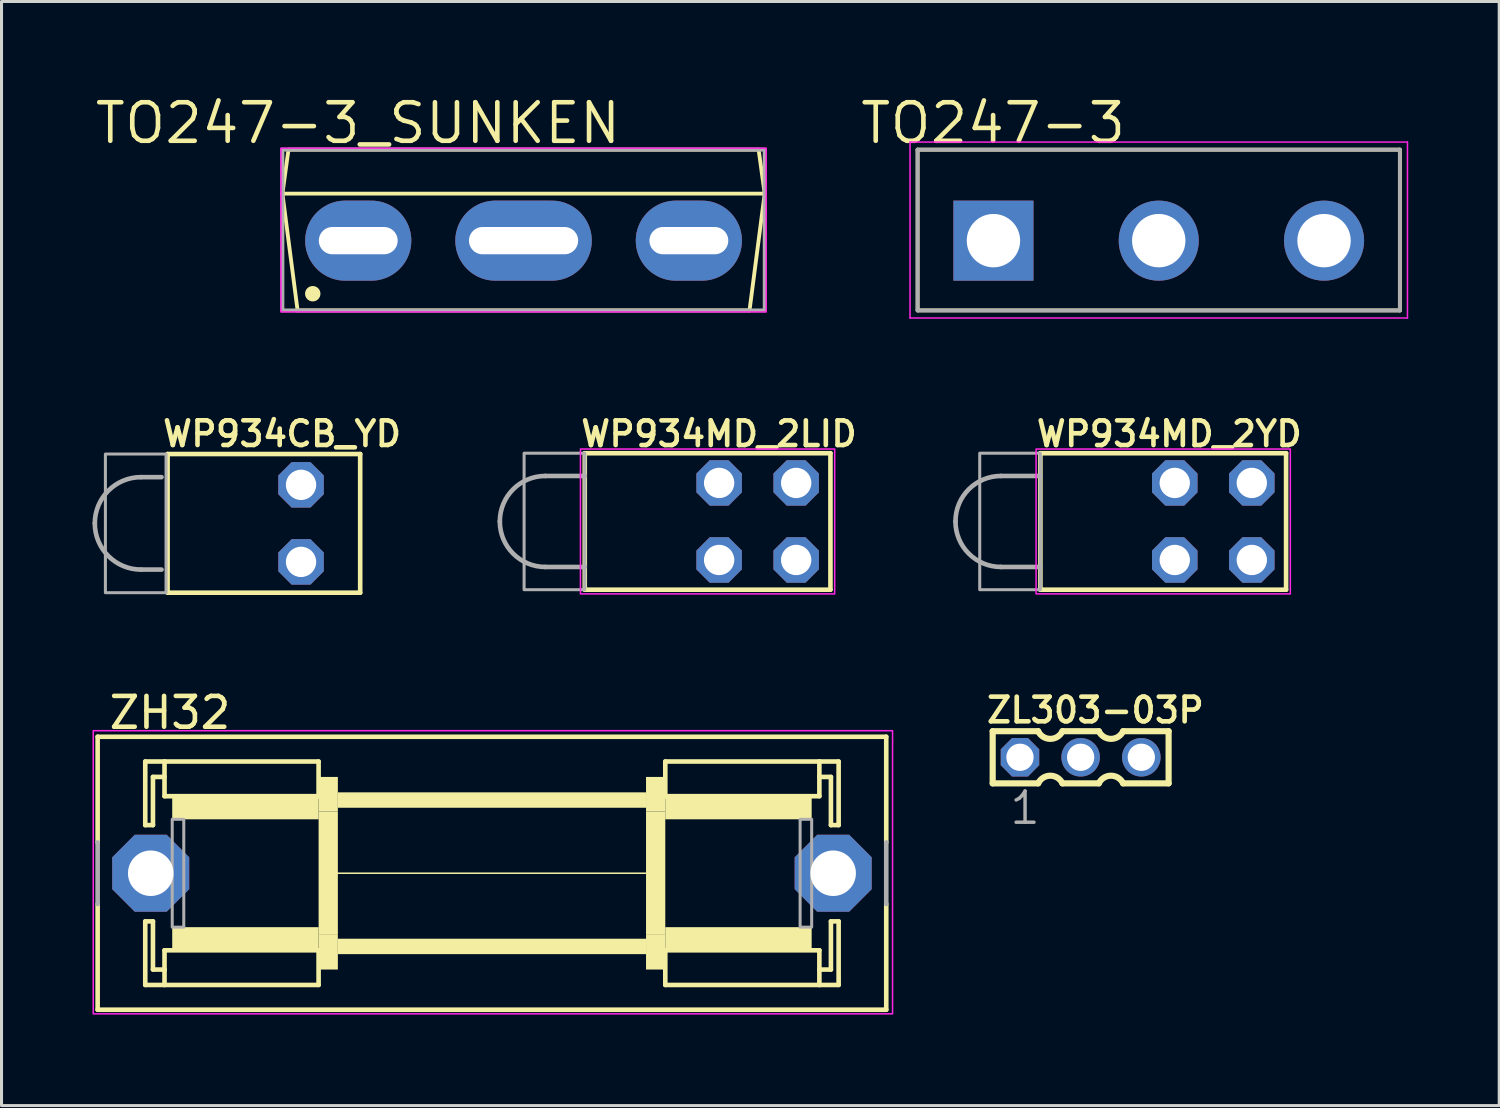
<source format=kicad_pcb>
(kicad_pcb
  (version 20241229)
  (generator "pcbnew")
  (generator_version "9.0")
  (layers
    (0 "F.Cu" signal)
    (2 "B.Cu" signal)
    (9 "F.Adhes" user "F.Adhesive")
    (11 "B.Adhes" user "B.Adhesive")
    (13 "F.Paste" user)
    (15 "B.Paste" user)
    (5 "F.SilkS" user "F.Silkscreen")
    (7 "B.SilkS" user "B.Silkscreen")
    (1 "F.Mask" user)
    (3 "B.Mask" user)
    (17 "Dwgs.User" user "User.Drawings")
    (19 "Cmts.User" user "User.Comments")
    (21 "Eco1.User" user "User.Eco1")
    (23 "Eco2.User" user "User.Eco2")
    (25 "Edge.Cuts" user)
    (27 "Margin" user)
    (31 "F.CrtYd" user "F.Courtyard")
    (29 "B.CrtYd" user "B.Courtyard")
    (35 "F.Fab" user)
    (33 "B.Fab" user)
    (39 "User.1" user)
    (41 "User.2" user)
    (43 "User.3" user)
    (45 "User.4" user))
  (footprint "WP934MD_2YD"
    (layer "F.Cu")
    (at 36.951 14.142)
    (property "Reference" "WP934MD_2YD" (at -5.905 -2.413 0) (layer "F.SilkS") (effects (font (size 0.813 0.813) (thickness 0.152) (bold yes)) (justify left bottom)))
    (attr through_hole)
    (fp_line (start -5.7 -2.25) (end -5.7 2.25) (stroke (width 0.152) (type solid)) (layer "F.SilkS"))
    (fp_line (start -5.7 -2.25) (end 2.4 -2.25) (stroke (width 0.152) (type solid)) (layer "F.SilkS"))
    (fp_line (start -5.7 2.25) (end 2.4 2.25) (stroke (width 0.152) (type solid)) (layer "F.SilkS"))
    (fp_line (start 2.4 -2.25) (end 2.4 2.25) (stroke (width 0.152) (type solid)) (layer "F.SilkS"))
    (fp_rect (start -5.842 -2.388) (end 2.54 2.388) (stroke (width 0.05) (type solid)) (fill no) (layer "F.CrtYd"))
    (fp_line (start -7 1.5) (end -5.7 1.5) (stroke (width 0.152) (type solid)) (layer "F.Fab"))
    (fp_line (start -5.7 -1.5) (end -7 -1.5) (stroke (width 0.152) (type solid)) (layer "F.Fab"))
    (fp_arc (start -8.5 0) (mid -8.06066 -1.06066) (end -7 -1.5) (stroke (width 0.1524) (type solid)) (layer "F.Fab"))
    (fp_arc (start -7 1.5) (mid -8.06066 1.06066) (end -8.5 0) (stroke (width 0.1524) (type solid)) (layer "F.Fab"))
    (fp_poly (pts (xy -7.7 2.25) (xy -5.7 2.25) (xy -5.7 -2.25) (xy -7.7 -2.25)) (stroke (width 0.1) (type default)) (fill no) (layer "F.Fab"))
    (pad "BA" thru_hole roundrect (at -1.27 -1.27) (size 1.5 1.5) (drill 1) (layers "*.Cu" "*.Mask") (roundrect_rratio 0.25) (chamfer_ratio 0.293) (chamfer top_left top_right bottom_left bottom_right))
    (pad "BC" thru_hole roundrect (at -1.27 1.27) (size 1.5 1.5) (drill 1) (layers "*.Cu" "*.Mask") (roundrect_rratio 0.25) (chamfer_ratio 0.293) (chamfer top_left top_right bottom_left bottom_right))
    (pad "TA" thru_hole roundrect (at 1.27 -1.27) (size 1.5 1.5) (drill 1) (layers "*.Cu" "*.Mask") (roundrect_rratio 0.25) (chamfer_ratio 0.293) (chamfer top_left top_right bottom_left bottom_right))
    (pad "TC" thru_hole roundrect (at 1.27 1.27) (size 1.5 1.5) (drill 1) (layers "*.Cu" "*.Mask") (roundrect_rratio 0.25) (chamfer_ratio 0.293) (chamfer top_left top_right bottom_left bottom_right)))
  (footprint "TO247-3"
    (layer "F.Cu")
    (at 35.153 4.884)
    (property "Reference" "TO247-3" (at -5.461 -3.873 0) (layer "F.SilkS") (effects (font (size 1.27 1.27) (thickness 0.152))))
    (attr through_hole)
    (fp_line (start -7.95 -3) (end 7.95 -3) (stroke (width 0.127) (type solid)) (layer "F.SilkS"))
    (fp_line (start -7.95 2.3) (end -7.95 -3) (stroke (width 0.127) (type solid)) (layer "F.SilkS"))
    (fp_line (start 7.95 -3) (end 7.95 2.3) (stroke (width 0.127) (type solid)) (layer "F.SilkS"))
    (fp_line (start 7.95 2.3) (end -7.95 2.3) (stroke (width 0.127) (type solid)) (layer "F.SilkS"))
    (fp_line (start -8.2 -3.25) (end 8.2 -3.25) (stroke (width 0.05) (type solid)) (layer "F.CrtYd"))
    (fp_line (start -8.2 2.55) (end -8.2 -3.25) (stroke (width 0.05) (type solid)) (layer "F.CrtYd"))
    (fp_line (start 8.2 -3.25) (end 8.2 2.55) (stroke (width 0.05) (type solid)) (layer "F.CrtYd"))
    (fp_line (start 8.2 2.55) (end -8.2 2.55) (stroke (width 0.05) (type solid)) (layer "F.CrtYd"))
    (fp_line (start -7.95 -3) (end 7.95 -3) (stroke (width 0.127) (type solid)) (layer "F.Fab"))
    (fp_line (start -7.95 2.3) (end -7.95 -3) (stroke (width 0.127) (type solid)) (layer "F.Fab"))
    (fp_line (start 7.95 -3) (end 7.95 2.3) (stroke (width 0.127) (type solid)) (layer "F.Fab"))
    (fp_line (start 7.95 2.3) (end -7.95 2.3) (stroke (width 0.127) (type solid)) (layer "F.Fab"))
    (pad "1" thru_hole rect (at -5.45 0) (size 2.64 2.64) (drill 1.76) (layers "*.Cu" "*.Mask"))
    (pad "2" thru_hole circle (at 0 0) (size 2.64 2.64) (drill 1.76) (layers "*.Cu" "*.Mask"))
    (pad "3" thru_hole circle (at 5.45 0) (size 2.64 2.64) (drill 1.76) (layers "*.Cu" "*.Mask")))
  (footprint "WP934CB_YD"
    (layer "F.Cu")
    (at 6.875 14.205)
    (property "Reference" "WP934CB_YD" (at -4.636 -2.477 0) (layer "F.SilkS") (effects (font (size 0.813 0.813) (thickness 0.152) (bold yes)) (justify left bottom)))
    (attr through_hole)
    (fp_line (start -4.4 -2.286) (end -4.4 2.286) (stroke (width 0.152) (type solid)) (layer "F.SilkS"))
    (fp_line (start -4.4 -2.286) (end 1.95 -2.286) (stroke (width 0.152) (type solid)) (layer "F.SilkS"))
    (fp_line (start -4.4 2.286) (end 1.95 2.286) (stroke (width 0.152) (type solid)) (layer "F.SilkS"))
    (fp_line (start 1.95 -2.286) (end 1.95 2.286) (stroke (width 0.152) (type solid)) (layer "F.SilkS"))
    (fp_line (start -5.275 1.524) (end -4.6 1.524) (stroke (width 0.152) (type solid)) (layer "F.Fab"))
    (fp_line (start -4.6 -1.524) (end -5.275 -1.524) (stroke (width 0.152) (type solid)) (layer "F.Fab"))
    (fp_arc (start -6.799 0) (mid -6.352631 -1.077631) (end -5.275 -1.524) (stroke (width 0.1524) (type solid)) (layer "F.Fab"))
    (fp_arc (start -5.275 1.524) (mid -6.352631 1.077631) (end -6.799 0) (stroke (width 0.1524) (type solid)) (layer "F.Fab"))
    (fp_poly (pts (xy -6.45 2.286) (xy -4.45 2.286) (xy -4.45 -2.286) (xy -6.45 -2.286)) (stroke (width 0.1) (type default)) (fill no) (layer "F.Fab"))
    (pad "A" thru_hole roundrect (at 0 -1.27) (size 1.5 1.5) (drill 1) (layers "*.Cu" "*.Mask") (roundrect_rratio 0.25) (chamfer_ratio 0.293) (chamfer top_left top_right bottom_left bottom_right))
    (pad "C" thru_hole roundrect (at 0 1.27) (size 1.5 1.5) (drill 1) (layers "*.Cu" "*.Mask") (roundrect_rratio 0.25) (chamfer_ratio 0.293) (chamfer top_left top_right bottom_left bottom_right)))
  (footprint "WP934MD_2LID"
    (layer "F.Cu")
    (at 21.929 14.142)
    (property "Reference" "WP934MD_2LID" (at -5.905 -2.413 0) (layer "F.SilkS") (effects (font (size 0.813 0.813) (thickness 0.152) (bold yes)) (justify left bottom)))
    (attr through_hole)
    (fp_line (start -5.7 -2.25) (end -5.7 2.25) (stroke (width 0.152) (type solid)) (layer "F.SilkS"))
    (fp_line (start -5.7 -2.25) (end 2.4 -2.25) (stroke (width 0.152) (type solid)) (layer "F.SilkS"))
    (fp_line (start -5.7 2.25) (end 2.4 2.25) (stroke (width 0.152) (type solid)) (layer "F.SilkS"))
    (fp_line (start 2.4 -2.25) (end 2.4 2.25) (stroke (width 0.152) (type solid)) (layer "F.SilkS"))
    (fp_rect (start -5.842 -2.388) (end 2.54 2.388) (stroke (width 0.05) (type solid)) (fill no) (layer "F.CrtYd"))
    (fp_line (start -7 1.5) (end -5.7 1.5) (stroke (width 0.152) (type solid)) (layer "F.Fab"))
    (fp_line (start -5.7 -1.5) (end -7 -1.5) (stroke (width 0.152) (type solid)) (layer "F.Fab"))
    (fp_arc (start -8.5 0) (mid -8.06066 -1.06066) (end -7 -1.5) (stroke (width 0.1524) (type solid)) (layer "F.Fab"))
    (fp_arc (start -7 1.5) (mid -8.06066 1.06066) (end -8.5 0) (stroke (width 0.1524) (type solid)) (layer "F.Fab"))
    (fp_poly (pts (xy -7.7 2.25) (xy -5.7 2.25) (xy -5.7 -2.25) (xy -7.7 -2.25)) (stroke (width 0.1) (type default)) (fill no) (layer "F.Fab"))
    (pad "BA" thru_hole roundrect (at -1.27 -1.27) (size 1.5 1.5) (drill 1) (layers "*.Cu" "*.Mask") (roundrect_rratio 0.25) (chamfer_ratio 0.293) (chamfer top_left top_right bottom_left bottom_right))
    (pad "BC" thru_hole roundrect (at -1.27 1.27) (size 1.5 1.5) (drill 1) (layers "*.Cu" "*.Mask") (roundrect_rratio 0.25) (chamfer_ratio 0.293) (chamfer top_left top_right bottom_left bottom_right))
    (pad "TA" thru_hole roundrect (at 1.27 -1.27) (size 1.5 1.5) (drill 1) (layers "*.Cu" "*.Mask") (roundrect_rratio 0.25) (chamfer_ratio 0.293) (chamfer top_left top_right bottom_left bottom_right))
    (pad "TC" thru_hole roundrect (at 1.27 1.27) (size 1.5 1.5) (drill 1) (layers "*.Cu" "*.Mask") (roundrect_rratio 0.25) (chamfer_ratio 0.293) (chamfer top_left top_right bottom_left bottom_right)))
  (footprint "TO247-3_SUNKEN"
    (layer "F.Cu")
    (at 14.211 4.884)
    (property "Reference" "TO247-3_SUNKEN" (at -5.461 -3.873 0) (layer "F.SilkS") (effects (font (size 1.27 1.27) (thickness 0.152))))
    (attr through_hole)
    (fp_line (start -7.95 -1.55) (end -7.75 -3) (stroke (width 0.127) (type default)) (layer "F.SilkS"))
    (fp_line (start -7.95 -1.55) (end 7.95 -1.55) (stroke (width 0.127) (type solid)) (layer "F.SilkS"))
    (fp_line (start -7.75 -3) (end 7.75 -3) (stroke (width 0.127) (type solid)) (layer "F.SilkS"))
    (fp_line (start -7.45 2.3) (end -7.95 -1.55) (stroke (width 0.127) (type solid)) (layer "F.SilkS"))
    (fp_line (start 7.45 2.3) (end -7.45 2.3) (stroke (width 0.127) (type solid)) (layer "F.SilkS"))
    (fp_line (start 7.95 -1.55) (end 7.45 2.3) (stroke (width 0.127) (type solid)) (layer "F.SilkS"))
    (fp_line (start 7.95 -1.55) (end 7.75 -3) (stroke (width 0.127) (type default)) (layer "F.SilkS"))
    (fp_circle (center -6.95 1.75) (end -6.823 1.75) (stroke (width 0.254) (type solid)) (fill yes) (layer "F.SilkS"))
    (fp_rect (start -8 -3.05) (end 8 2.35) (stroke (width 0.05) (type default)) (fill no) (layer "F.CrtYd"))
    (fp_line (start -7.95 -3) (end 7.95 -3) (stroke (width 0.127) (type solid)) (layer "F.Fab"))
    (fp_line (start -7.95 2.3) (end -7.95 -3) (stroke (width 0.127) (type solid)) (layer "F.Fab"))
    (fp_line (start 7.95 -3) (end 7.95 2.3) (stroke (width 0.127) (type solid)) (layer "F.Fab"))
    (fp_line (start 7.95 2.3) (end -7.95 2.3) (stroke (width 0.127) (type solid)) (layer "F.Fab"))
    (pad "1" thru_hole oval (at -5.45 0) (size 3.5 2.64) (drill oval 2.6 0.9) (layers "*.Cu" "*.Mask"))
    (pad "2" thru_hole oval (at 0 0) (size 4.5 2.64) (drill oval 3.6 0.9) (layers "*.Cu" "*.Mask"))
    (pad "3" thru_hole oval (at 5.45 0) (size 3.5 2.64) (drill oval 2.6 0.9) (layers "*.Cu" "*.Mask")))
  (footprint "ZL303-03P"
    (layer "F.Cu")
    (at 32.578 21.917)
    (property "Reference" "ZL303-03P" (at -3.175 -1.079 0) (layer "F.SilkS") (effects (font (size 0.813 0.813) (thickness 0.152) (bold yes)) (justify left bottom)))
    (attr through_hole)
    (fp_line (start -2.9 -0.86) (end -2.9 0.86) (stroke (width 0.203) (type solid)) (layer "F.SilkS"))
    (fp_line (start -2.9 0.86) (end -1.4 0.86) (stroke (width 0.203) (type solid)) (layer "F.SilkS"))
    (fp_line (start -1.4 -0.86) (end -2.9 -0.86) (stroke (width 0.203) (type solid)) (layer "F.SilkS"))
    (fp_line (start 0.6 -0.86) (end -0.6 -0.86) (stroke (width 0.203) (type solid)) (layer "F.SilkS"))
    (fp_line (start 0.6 0.86) (end -0.6 0.86) (stroke (width 0.203) (type solid)) (layer "F.SilkS"))
    (fp_line (start 1.4 0.86) (end 2.9 0.86) (stroke (width 0.203) (type solid)) (layer "F.SilkS"))
    (fp_line (start 2.9 -0.86) (end 1.4 -0.86) (stroke (width 0.203) (type solid)) (layer "F.SilkS"))
    (fp_line (start 2.9 0.86) (end 2.9 -0.86) (stroke (width 0.203) (type solid)) (layer "F.SilkS"))
    (fp_arc (start -1.4 0.86) (mid -1.000001 0.607168) (end -0.600001 0.859998) (stroke (width 0.2032) (type solid)) (layer "F.SilkS"))
    (fp_arc (start -0.6 -0.86) (mid -0.999999 -0.607168) (end -1.399999 -0.859998) (stroke (width 0.2032) (type solid)) (layer "F.SilkS"))
    (fp_arc (start 0.6 0.86) (mid 0.999999 0.607168) (end 1.399999 0.859998) (stroke (width 0.2032) (type solid)) (layer "F.SilkS"))
    (fp_arc (start 1.4 -0.86) (mid 1.000001 -0.607168) (end 0.600001 -0.859998) (stroke (width 0.2032) (type solid)) (layer "F.SilkS"))
    (fp_poly (pts (xy -2.25 -0.24) (xy -2.25 0.26) (xy -1.75 0.26) (xy -1.75 -0.24)) (stroke (width 0.1) (type default)) (fill no) (layer "F.Fab"))
    (fp_poly (pts (xy -0.25 -0.24) (xy -0.25 0.26) (xy 0.25 0.26) (xy 0.25 -0.24)) (stroke (width 0.1) (type default)) (fill no) (layer "F.Fab"))
    (fp_poly (pts (xy 1.75 -0.24) (xy 1.75 0.26) (xy 2.25 0.26) (xy 2.25 -0.24)) (stroke (width 0.1) (type default)) (fill no) (layer "F.Fab"))
    (fp_text user "1" (at -2.398 2.273 0) (layer "F.Fab") (effects (font (size 1.029 1.029) (thickness 0.114)) (justify left bottom)))
    (pad "1" thru_hole circle (at 2 0 270) (size 1.27 1.27) (drill 0.9) (layers "*.Cu" "*.Mask"))
    (pad "2" thru_hole circle (at 0 0 270) (size 1.27 1.27) (drill 0.9) (layers "*.Cu" "*.Mask"))
    (pad "3" thru_hole roundrect (at -2 0 270) (size 1.27 1.27) (drill 0.9) (layers "*.Cu" "*.Mask") (roundrect_rratio 0.25) (chamfer_ratio 0.293) (chamfer top_left top_right bottom_left bottom_right)))
  (footprint "ZH32"
    (layer "F.Cu")
    (at 13.169 25.74)
    (property "Reference" "ZH32" (at -12.7 -4.699 0) (layer "F.SilkS") (effects (font (size 1.016 1.016) (thickness 0.152)) (justify left bottom)))
    (attr through_hole)
    (fp_line (start -13 -4.5) (end -13 -1.016) (stroke (width 0.152) (type solid)) (layer "F.SilkS"))
    (fp_line (start -13 1.016) (end -13 4.5) (stroke (width 0.152) (type solid)) (layer "F.SilkS"))
    (fp_line (start -13 4.5) (end 13 4.5) (stroke (width 0.152) (type solid)) (layer "F.SilkS"))
    (fp_line (start -11.43 -3.683) (end -11.43 -1.587) (stroke (width 0.152) (type solid)) (layer "F.SilkS"))
    (fp_line (start -11.43 -1.587) (end -11.176 -1.587) (stroke (width 0.152) (type solid)) (layer "F.SilkS"))
    (fp_line (start -11.43 1.587) (end -11.176 1.587) (stroke (width 0.152) (type solid)) (layer "F.SilkS"))
    (fp_line (start -11.43 3.683) (end -11.43 1.587) (stroke (width 0.152) (type solid)) (layer "F.SilkS"))
    (fp_line (start -11.176 -3.175) (end -10.795 -3.175) (stroke (width 0.152) (type solid)) (layer "F.SilkS"))
    (fp_line (start -11.176 -1.587) (end -11.176 -3.175) (stroke (width 0.152) (type solid)) (layer "F.SilkS"))
    (fp_line (start -11.176 1.587) (end -11.176 3.175) (stroke (width 0.152) (type solid)) (layer "F.SilkS"))
    (fp_line (start -11.176 3.175) (end -10.795 3.175) (stroke (width 0.152) (type solid)) (layer "F.SilkS"))
    (fp_line (start -10.795 -3.683) (end -11.43 -3.683) (stroke (width 0.152) (type solid)) (layer "F.SilkS"))
    (fp_line (start -10.795 -3.683) (end -10.795 -2.54) (stroke (width 0.152) (type solid)) (layer "F.SilkS"))
    (fp_line (start -10.795 -3.683) (end -5.715 -3.683) (stroke (width 0.152) (type solid)) (layer "F.SilkS"))
    (fp_line (start -10.795 -2.54) (end -5.715 -2.54) (stroke (width 0.152) (type solid)) (layer "F.SilkS"))
    (fp_line (start -10.795 2.54) (end -5.715 2.54) (stroke (width 0.152) (type solid)) (layer "F.SilkS"))
    (fp_line (start -10.795 3.175) (end -10.795 2.54) (stroke (width 0.152) (type solid)) (layer "F.SilkS"))
    (fp_line (start -10.795 3.683) (end -11.43 3.683) (stroke (width 0.152) (type solid)) (layer "F.SilkS"))
    (fp_line (start -10.795 3.683) (end -10.795 3.175) (stroke (width 0.152) (type solid)) (layer "F.SilkS"))
    (fp_line (start -5.715 -2.54) (end -5.715 -3.683) (stroke (width 0.152) (type solid)) (layer "F.SilkS"))
    (fp_line (start -5.715 3.683) (end -10.795 3.683) (stroke (width 0.152) (type solid)) (layer "F.SilkS"))
    (fp_line (start -5.715 3.683) (end -5.715 2.54) (stroke (width 0.152) (type solid)) (layer "F.SilkS"))
    (fp_line (start -5.207 0) (end 5.207 0) (stroke (width 0.051) (type solid)) (layer "F.SilkS"))
    (fp_line (start 5.715 -3.683) (end 5.715 -2.54) (stroke (width 0.152) (type solid)) (layer "F.SilkS"))
    (fp_line (start 5.715 -3.683) (end 10.795 -3.683) (stroke (width 0.152) (type solid)) (layer "F.SilkS"))
    (fp_line (start 5.715 2.54) (end 5.715 3.683) (stroke (width 0.152) (type solid)) (layer "F.SilkS"))
    (fp_line (start 10.795 -3.683) (end 10.795 -3.175) (stroke (width 0.152) (type solid)) (layer "F.SilkS"))
    (fp_line (start 10.795 -3.683) (end 11.43 -3.683) (stroke (width 0.152) (type solid)) (layer "F.SilkS"))
    (fp_line (start 10.795 -3.175) (end 10.795 -2.54) (stroke (width 0.152) (type solid)) (layer "F.SilkS"))
    (fp_line (start 10.795 -2.54) (end 5.715 -2.54) (stroke (width 0.152) (type solid)) (layer "F.SilkS"))
    (fp_line (start 10.795 2.54) (end 5.715 2.54) (stroke (width 0.152) (type solid)) (layer "F.SilkS"))
    (fp_line (start 10.795 3.683) (end 5.715 3.683) (stroke (width 0.152) (type solid)) (layer "F.SilkS"))
    (fp_line (start 10.795 3.683) (end 10.795 2.54) (stroke (width 0.152) (type solid)) (layer "F.SilkS"))
    (fp_line (start 10.795 3.683) (end 11.43 3.683) (stroke (width 0.152) (type solid)) (layer "F.SilkS"))
    (fp_line (start 11.176 -3.175) (end 10.795 -3.175) (stroke (width 0.152) (type solid)) (layer "F.SilkS"))
    (fp_line (start 11.176 -1.587) (end 11.176 -3.175) (stroke (width 0.152) (type solid)) (layer "F.SilkS"))
    (fp_line (start 11.176 1.587) (end 11.176 3.175) (stroke (width 0.152) (type solid)) (layer "F.SilkS"))
    (fp_line (start 11.176 3.175) (end 10.795 3.175) (stroke (width 0.152) (type solid)) (layer "F.SilkS"))
    (fp_line (start 11.43 -3.683) (end 11.43 -1.587) (stroke (width 0.152) (type solid)) (layer "F.SilkS"))
    (fp_line (start 11.43 -1.587) (end 11.176 -1.587) (stroke (width 0.152) (type solid)) (layer "F.SilkS"))
    (fp_line (start 11.43 1.587) (end 11.176 1.587) (stroke (width 0.152) (type solid)) (layer "F.SilkS"))
    (fp_line (start 11.43 3.683) (end 11.43 1.587) (stroke (width 0.152) (type solid)) (layer "F.SilkS"))
    (fp_line (start 13 -4.5) (end -13 -4.5) (stroke (width 0.152) (type solid)) (layer "F.SilkS"))
    (fp_line (start 13 -4.5) (end 13 -1.016) (stroke (width 0.152) (type solid)) (layer "F.SilkS"))
    (fp_line (start 13 1.016) (end 13 4.5) (stroke (width 0.152) (type solid)) (layer "F.SilkS"))
    (fp_poly (pts (xy -10.541 -1.778) (xy -5.715 -1.778) (xy -5.715 -2.54) (xy -10.541 -2.54)) (stroke (width 0) (type default)) (fill yes) (layer "F.SilkS"))
    (fp_poly (pts (xy -10.541 2.54) (xy -5.715 2.54) (xy -5.715 1.778) (xy -10.541 1.778)) (stroke (width 0) (type default)) (fill yes) (layer "F.SilkS"))
    (fp_poly (pts (xy -5.715 -2.032) (xy -5.08 -2.032) (xy -5.08 -3.175) (xy -5.715 -3.175)) (stroke (width 0) (type default)) (fill yes) (layer "F.SilkS"))
    (fp_poly (pts (xy -5.715 2.032) (xy -5.08 2.032) (xy -5.08 -2.032) (xy -5.715 -2.032)) (stroke (width 0) (type default)) (fill yes) (layer "F.SilkS"))
    (fp_poly (pts (xy -5.715 3.175) (xy -5.08 3.175) (xy -5.08 2.032) (xy -5.715 2.032)) (stroke (width 0) (type default)) (fill yes) (layer "F.SilkS"))
    (fp_poly (pts (xy -5.08 -2.159) (xy 5.08 -2.159) (xy 5.08 -2.667) (xy -5.08 -2.667)) (stroke (width 0) (type default)) (fill yes) (layer "F.SilkS"))
    (fp_poly (pts (xy -5.08 2.667) (xy 5.08 2.667) (xy 5.08 2.159) (xy -5.08 2.159)) (stroke (width 0) (type default)) (fill yes) (layer "F.SilkS"))
    (fp_poly (pts (xy 5.08 -2.032) (xy 5.715 -2.032) (xy 5.715 -3.175) (xy 5.08 -3.175)) (stroke (width 0) (type default)) (fill yes) (layer "F.SilkS"))
    (fp_poly (pts (xy 5.08 2.032) (xy 5.715 2.032) (xy 5.715 -2.032) (xy 5.08 -2.032)) (stroke (width 0) (type default)) (fill yes) (layer "F.SilkS"))
    (fp_poly (pts (xy 5.08 3.175) (xy 5.715 3.175) (xy 5.715 2.032) (xy 5.08 2.032)) (stroke (width 0) (type default)) (fill yes) (layer "F.SilkS"))
    (fp_poly (pts (xy 5.715 -1.778) (xy 10.541 -1.778) (xy 10.541 -2.54) (xy 5.715 -2.54)) (stroke (width 0) (type default)) (fill yes) (layer "F.SilkS"))
    (fp_poly (pts (xy 5.715 2.54) (xy 10.541 2.54) (xy 10.541 1.778) (xy 5.715 1.778)) (stroke (width 0) (type default)) (fill yes) (layer "F.SilkS"))
    (fp_rect (start -13.145 -4.699) (end 13.208 4.636) (stroke (width 0.05) (type default)) (fill no) (layer "F.CrtYd"))
    (fp_line (start -13 1.016) (end -13 -1.016) (stroke (width 0.152) (type solid)) (layer "F.Fab"))
    (fp_line (start 13 1.016) (end 13 -1.016) (stroke (width 0.152) (type solid)) (layer "F.Fab"))
    (fp_poly (pts (xy -10.541 1.778) (xy -10.16 1.778) (xy -10.16 -1.778) (xy -10.541 -1.778)) (stroke (width 0.1) (type default)) (fill no) (layer "F.Fab"))
    (fp_poly (pts (xy 10.16 1.778) (xy 10.541 1.778) (xy 10.541 -1.778) (xy 10.16 -1.778)) (stroke (width 0.1) (type default)) (fill no) (layer "F.Fab"))
    (pad "1" thru_hole roundrect (at -11.25 0 90) (size 2.54 2.54) (drill 1.5) (layers "*.Cu" "*.Mask") (roundrect_rratio 0.25) (chamfer_ratio 0.293) (chamfer top_left top_right bottom_left bottom_right))
    (pad "2" thru_hole roundrect (at 11.25 0 90) (size 2.54 2.54) (drill 1.5) (layers "*.Cu" "*.Mask") (roundrect_rratio 0.25) (chamfer_ratio 0.293) (chamfer top_left top_right bottom_left bottom_right)))
  (gr_rect
    (start -3 -3)
    (end 46.378 33.4)
    (stroke (width 0.1) (type default))
    (fill no)
    (layer "Edge.Cuts")))
</source>
